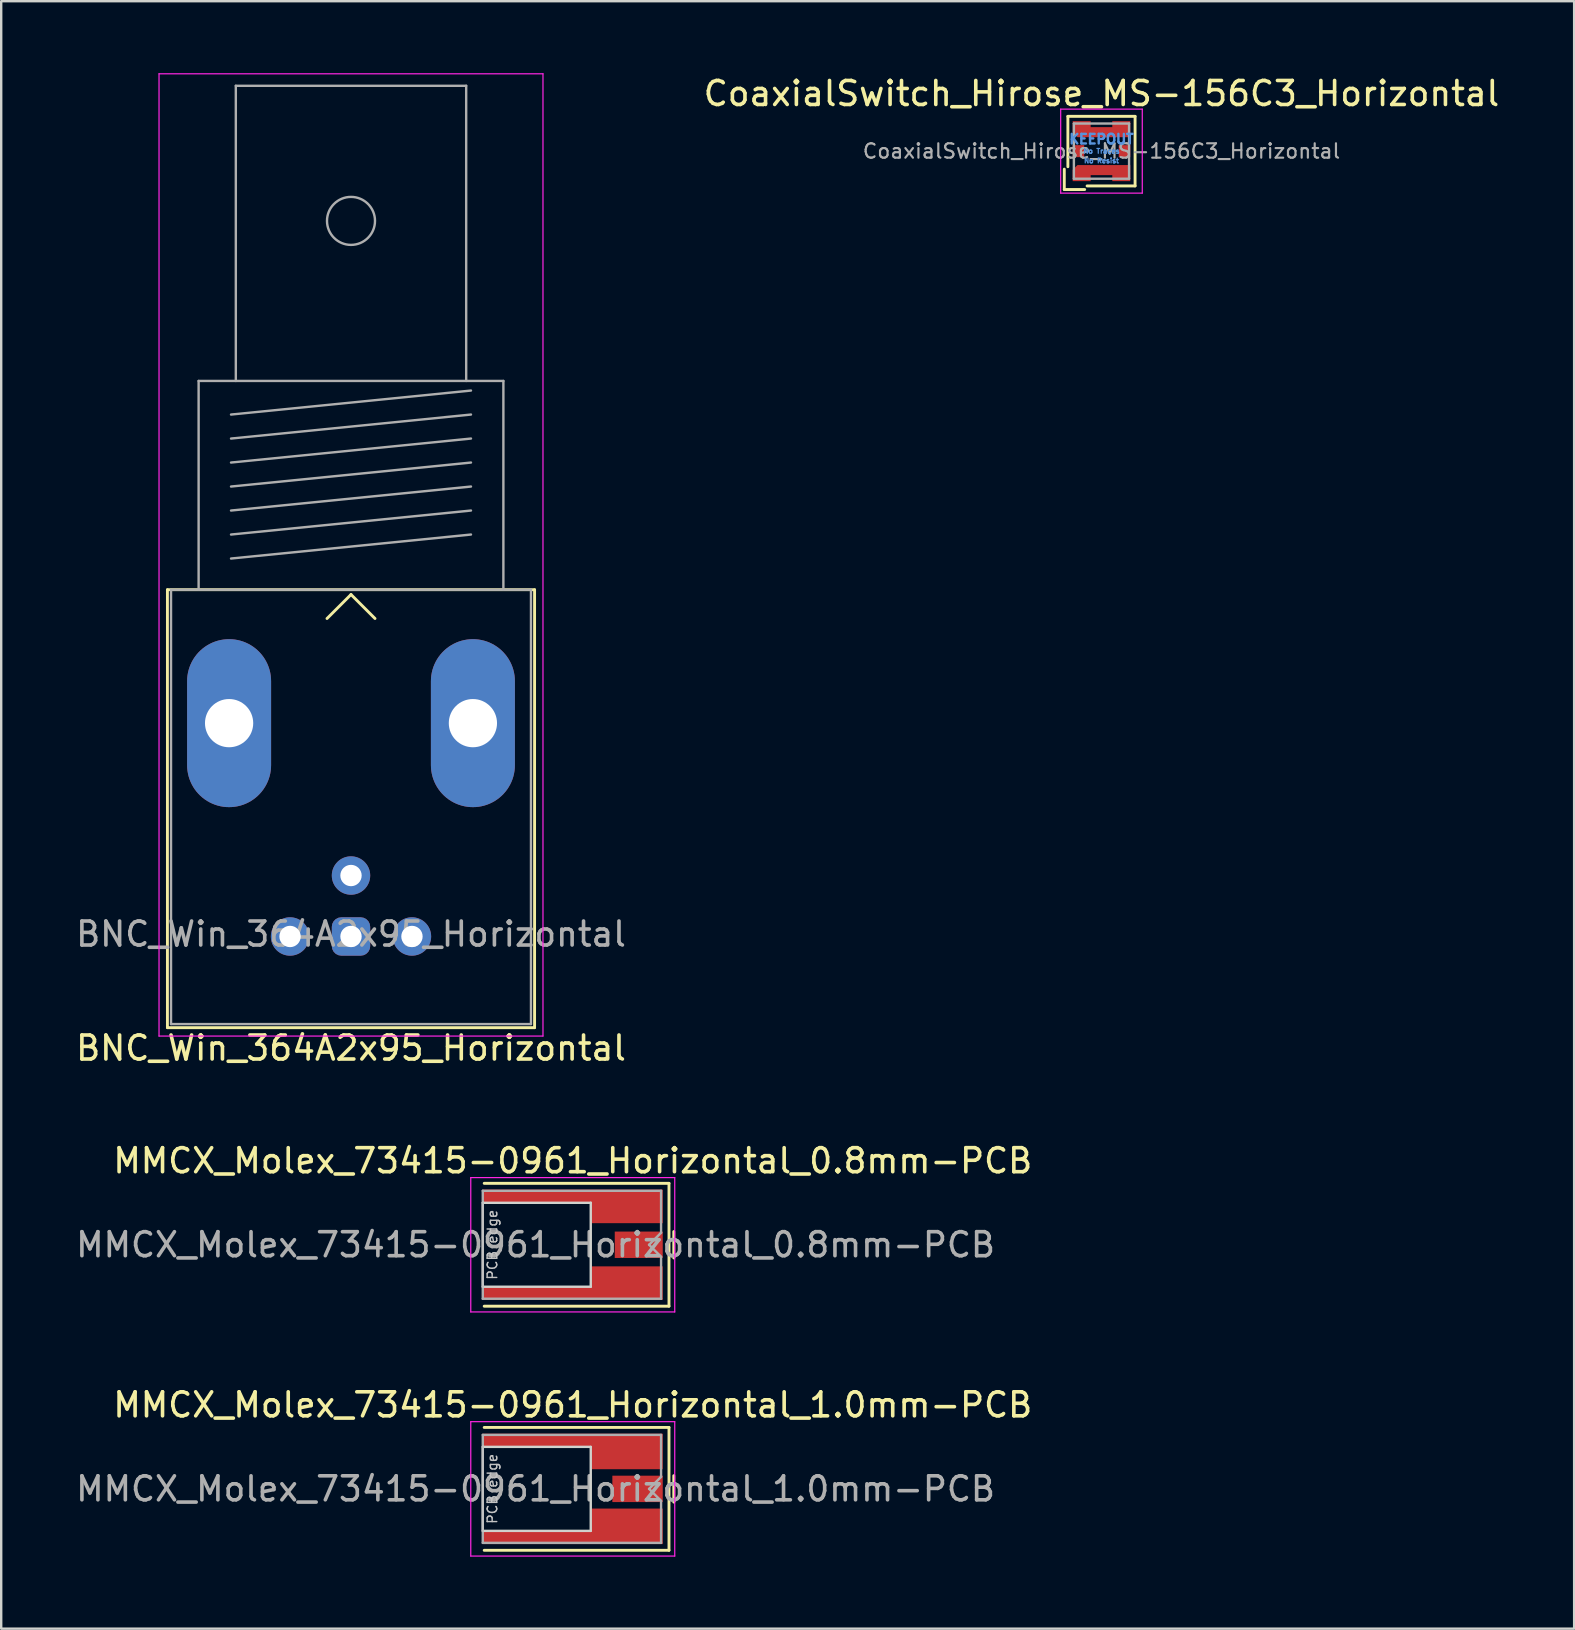
<source format=kicad_pcb>
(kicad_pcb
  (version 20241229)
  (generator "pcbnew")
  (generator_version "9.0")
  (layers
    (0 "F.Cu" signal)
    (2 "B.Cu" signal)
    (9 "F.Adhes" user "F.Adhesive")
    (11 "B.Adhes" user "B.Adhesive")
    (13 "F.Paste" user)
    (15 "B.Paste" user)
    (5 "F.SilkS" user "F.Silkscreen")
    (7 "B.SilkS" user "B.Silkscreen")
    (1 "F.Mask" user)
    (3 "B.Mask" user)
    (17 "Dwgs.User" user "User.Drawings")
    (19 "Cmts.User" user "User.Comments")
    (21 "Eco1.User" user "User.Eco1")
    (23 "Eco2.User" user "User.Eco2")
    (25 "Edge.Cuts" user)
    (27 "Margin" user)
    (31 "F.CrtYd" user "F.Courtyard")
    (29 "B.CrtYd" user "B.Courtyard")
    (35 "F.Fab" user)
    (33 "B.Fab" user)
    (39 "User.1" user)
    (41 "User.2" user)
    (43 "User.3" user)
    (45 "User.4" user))
  (footprint "MMCX_Molex_73415-0961_Horizontal_0.8mm-PCB"
    (layer "F.Cu")
    (at 20.818 48.822)
    (property "Reference" "MMCX_Molex_73415-0961_Horizontal_0.8mm-PCB" (at 0 -3.5 0) (layer "F.SilkS") (effects (font (size 1 1) (thickness 0.15))))
    (attr smd)
    (fp_line (start -3.69 -2.56) (end 4.01 -2.56) (stroke (width 0.12) (type solid)) (layer "F.SilkS"))
    (fp_line (start -3.69 2.56) (end 4.01 2.56) (stroke (width 0.12) (type solid)) (layer "F.SilkS"))
    (fp_line (start 4.01 2.56) (end 4.01 -2.56) (stroke (width 0.12) (type solid)) (layer "F.SilkS"))
    (fp_line (start 4.21 -0.55) (end 4.21 0.55) (stroke (width 0.12) (type solid)) (layer "F.SilkS"))
    (fp_line (start -3.75 1.75) (end -3.75 -1.75) (stroke (width 0.1) (type solid)) (layer "Dwgs.User"))
    (fp_line (start -3.75 1.75) (end 0.75 1.75) (stroke (width 0.1) (type solid)) (layer "Edge.Cuts"))
    (fp_line (start 0.75 -1.75) (end -3.75 -1.75) (stroke (width 0.1) (type solid)) (layer "Edge.Cuts"))
    (fp_line (start 0.75 1.75) (end 0.75 -1.75) (stroke (width 0.1) (type solid)) (layer "Edge.Cuts"))
    (fp_line (start -4.25 -2.8) (end -4.25 2.8) (stroke (width 0.05) (type solid)) (layer "F.CrtYd"))
    (fp_line (start -4.25 -2.8) (end 4.25 -2.8) (stroke (width 0.05) (type solid)) (layer "F.CrtYd"))
    (fp_line (start -4.25 2.8) (end 4.25 2.8) (stroke (width 0.05) (type solid)) (layer "F.CrtYd"))
    (fp_line (start 4.25 -2.8) (end 4.25 2.8) (stroke (width 0.05) (type solid)) (layer "F.CrtYd"))
    (fp_line (start -3.75 -2.25) (end -3.75 2.25) (stroke (width 0.1) (type solid)) (layer "F.Fab"))
    (fp_line (start -3.75 -2.25) (end 3.68 -2.25) (stroke (width 0.1) (type solid)) (layer "F.Fab"))
    (fp_line (start -3.75 2.25) (end 3.68 2.25) (stroke (width 0.1) (type solid)) (layer "F.Fab"))
    (fp_line (start 3.18 0) (end 3.68 -0.5) (stroke (width 0.1) (type solid)) (layer "F.Fab"))
    (fp_line (start 3.18 0) (end 3.68 0.5) (stroke (width 0.1) (type solid)) (layer "F.Fab"))
    (fp_line (start 3.68 -0.5) (end 3.68 -2.25) (stroke (width 0.1) (type solid)) (layer "F.Fab"))
    (fp_line (start 3.68 2.25) (end 3.68 0.5) (stroke (width 0.1) (type solid)) (layer "F.Fab"))
    (fp_text user "PCB edge" (at -3.35 0 90) (layer "Dwgs.User") (effects (font (size 0.4 0.4) (thickness 0.06))))
    (fp_text user "${REFERENCE}" (at -1.55 0 0) (layer "F.Fab") (effects (font (size 1 1) (thickness 0.15))))
    (pad "1" smd rect (at 2.75 0) (size 2 1.1) (layers "F.Cu" "F.Mask" "F.Paste"))
    (pad "2" smd custom (at 2.25 -1.6) (size 3 1.4) (layers "F.Cu" "F.Mask" "F.Paste") (options (anchor rect)) (primitives (gr_poly (pts (xy -1.5 -0.15) (xy -6 -0.15) (xy -6 -0.7) (xy -1.5 -0.7)) (width 0) (fill yes))))
    (pad "2" smd custom (at 2.25 1.6) (size 3 1.4) (layers "F.Cu" "F.Mask" "F.Paste") (options (anchor rect)) (primitives (gr_poly (pts (xy -1.5 0.7) (xy -6 0.7) (xy -6 0.15) (xy -1.5 0.15)) (width 0) (fill yes)))))
  (footprint "MMCX_Molex_73415-0961_Horizontal_1.0mm-PCB"
    (layer "F.Cu")
    (at 20.818 58.995)
    (property "Reference" "MMCX_Molex_73415-0961_Horizontal_1.0mm-PCB" (at 0 -3.5 0) (layer "F.SilkS") (effects (font (size 1 1) (thickness 0.15))))
    (attr smd)
    (fp_line (start -3.69 -2.56) (end 4.01 -2.56) (stroke (width 0.12) (type solid)) (layer "F.SilkS"))
    (fp_line (start -3.69 2.56) (end 4.01 2.56) (stroke (width 0.12) (type solid)) (layer "F.SilkS"))
    (fp_line (start 4.01 2.56) (end 4.01 -2.56) (stroke (width 0.12) (type solid)) (layer "F.SilkS"))
    (fp_line (start 4.21 -0.55) (end 4.21 0.55) (stroke (width 0.12) (type solid)) (layer "F.SilkS"))
    (fp_line (start -3.75 1.75) (end -3.75 -1.75) (stroke (width 0.1) (type solid)) (layer "Dwgs.User"))
    (fp_line (start -3.75 1.75) (end 0.75 1.75) (stroke (width 0.1) (type solid)) (layer "Edge.Cuts"))
    (fp_line (start 0.75 -1.75) (end -3.75 -1.75) (stroke (width 0.1) (type solid)) (layer "Edge.Cuts"))
    (fp_line (start 0.75 1.75) (end 0.75 -1.75) (stroke (width 0.1) (type solid)) (layer "Edge.Cuts"))
    (fp_line (start -4.25 -2.8) (end -4.25 2.8) (stroke (width 0.05) (type solid)) (layer "F.CrtYd"))
    (fp_line (start -4.25 -2.8) (end 4.25 -2.8) (stroke (width 0.05) (type solid)) (layer "F.CrtYd"))
    (fp_line (start -4.25 2.8) (end 4.25 2.8) (stroke (width 0.05) (type solid)) (layer "F.CrtYd"))
    (fp_line (start 4.25 -2.8) (end 4.25 2.8) (stroke (width 0.05) (type solid)) (layer "F.CrtYd"))
    (fp_line (start -3.75 -2.25) (end -3.75 2.25) (stroke (width 0.1) (type solid)) (layer "F.Fab"))
    (fp_line (start -3.75 -2.25) (end 3.68 -2.25) (stroke (width 0.1) (type solid)) (layer "F.Fab"))
    (fp_line (start -3.75 2.25) (end 3.68 2.25) (stroke (width 0.1) (type solid)) (layer "F.Fab"))
    (fp_line (start 3.18 0) (end 3.68 -0.5) (stroke (width 0.1) (type solid)) (layer "F.Fab"))
    (fp_line (start 3.18 0) (end 3.68 0.5) (stroke (width 0.1) (type solid)) (layer "F.Fab"))
    (fp_line (start 3.68 -0.5) (end 3.68 -2.25) (stroke (width 0.1) (type solid)) (layer "F.Fab"))
    (fp_line (start 3.68 2.25) (end 3.68 0.5) (stroke (width 0.1) (type solid)) (layer "F.Fab"))
    (fp_text user "PCB edge" (at -3.35 0 90) (layer "Dwgs.User") (effects (font (size 0.4 0.4) (thickness 0.06))))
    (fp_text user "${REFERENCE}" (at -1.55 0 0) (layer "F.Fab") (effects (font (size 1 1) (thickness 0.15))))
    (pad "1" smd rect (at 2.7 0) (size 2.1 1.1) (layers "F.Cu" "F.Mask" "F.Paste"))
    (pad "2" smd custom (at 2.25 -1.56) (size 3 1.48) (layers "F.Cu" "F.Mask" "F.Paste") (options (anchor rect)) (primitives (gr_poly (pts (xy -1.5 -0.19) (xy -6 -0.19) (xy -6 -0.74) (xy -1.5 -0.74)) (width 0) (fill yes))))
    (pad "2" smd custom (at 2.25 1.56) (size 3 1.48) (layers "F.Cu" "F.Mask" "F.Paste") (options (anchor rect)) (primitives (gr_poly (pts (xy -1.5 0.74) (xy -6 0.74) (xy -6 0.19) (xy -1.5 0.19)) (width 0) (fill yes)))))
  (footprint "CoaxialSwitch_Hirose_MS-156C3_Horizontal"
    (layer "F.Cu")
    (at 42.851 3.248)
    (property "Reference" "CoaxialSwitch_Hirose_MS-156C3_Horizontal" (at 0 -2.4 180) (layer "F.SilkS") (effects (font (size 1 1) (thickness 0.15))))
    (attr smd)
    (fp_rect (start -1.15 -0.725) (end 1.15 0.725) (stroke (width 0.12) (type solid)) (fill yes) (layer "F.Mask"))
    (fp_line (start -1.55 0.75) (end -1.55 1.6) (stroke (width 0.12) (type solid)) (layer "F.SilkS"))
    (fp_line (start -1.55 1.6) (end -0.7 1.6) (stroke (width 0.12) (type solid)) (layer "F.SilkS"))
    (fp_line (start -1.4 -1.45) (end -1.4 0.65) (stroke (width 0.12) (type solid)) (layer "F.SilkS"))
    (fp_line (start -1.4 -1.45) (end 1.4 -1.45) (stroke (width 0.12) (type solid)) (layer "F.SilkS"))
    (fp_line (start 1.4 -1.45) (end 1.4 1.45) (stroke (width 0.12) (type solid)) (layer "F.SilkS"))
    (fp_line (start 1.4 1.45) (end -0.6 1.45) (stroke (width 0.12) (type solid)) (layer "F.SilkS"))
    (fp_line (start -1.7 -1.75) (end 1.7 -1.75) (stroke (width 0.05) (type solid)) (layer "F.CrtYd"))
    (fp_line (start -1.7 1.75) (end -1.7 -1.75) (stroke (width 0.05) (type solid)) (layer "F.CrtYd"))
    (fp_line (start 1.7 -1.75) (end 1.7 1.75) (stroke (width 0.05) (type solid)) (layer "F.CrtYd"))
    (fp_line (start 1.7 1.75) (end -1.7 1.75) (stroke (width 0.05) (type solid)) (layer "F.CrtYd"))
    (fp_line (start -1.15 -1.15) (end 1.15 -1.15) (stroke (width 0.1) (type solid)) (layer "F.Fab"))
    (fp_line (start -1.15 1.15) (end -1.15 -1.15) (stroke (width 0.1) (type solid)) (layer "F.Fab"))
    (fp_line (start 1.15 -1.15) (end 1.15 1.15) (stroke (width 0.1) (type solid)) (layer "F.Fab"))
    (fp_line (start 1.15 1.15) (end -1.15 1.15) (stroke (width 0.1) (type solid)) (layer "F.Fab"))
    (fp_text user "No Resist" (at 0 0.4 0) (layer "Cmts.User") (effects (font (size 0.2 0.2) (thickness 0.05))))
    (fp_text user "No Traces" (at 0 0 0) (layer "Cmts.User") (effects (font (size 0.2 0.2) (thickness 0.05))))
    (fp_text user "KEEPOUT" (at 0 -0.5 0) (layer "Cmts.User") (effects (font (size 0.4 0.4) (thickness 0.1))))
    (fp_text user "${REFERENCE}" (at 0 0 0) (layer "F.Fab") (effects (font (size 0.6 0.6) (thickness 0.09))))
    (pad "" smd rect (at -1 0 180) (size 0.3 0.4) (layers "F.Paste"))
    (pad "" smd rect (at -0.7 -1 180) (size 0.4 0.4) (layers "F.Paste"))
    (pad "" smd rect (at -0.7 1 180) (size 0.4 0.4) (layers "F.Paste"))
    (pad "" smd rect (at 0 -0.8 180) (size 0.5 0.3) (layers "F.Paste"))
    (pad "" smd rect (at 0 0.8 180) (size 0.5 0.3) (layers "F.Paste"))
    (pad "" smd rect (at 0.7 -1 180) (size 0.4 0.4) (layers "F.Paste"))
    (pad "" smd rect (at 0.7 1 180) (size 0.4 0.4) (layers "F.Paste"))
    (pad "" smd rect (at 1 0 180) (size 0.3 0.4) (layers "F.Paste"))
    (pad "A" smd rect (at 0.96 0) (size 0.48 0.5) (layers "F.Cu" "F.Mask"))
    (pad "C" smd rect (at -0.96 0) (size 0.48 0.5) (layers "F.Cu" "F.Mask"))
    (pad "G" smd custom (at 0 -0.815) (size 0.35 0.35) (layers "F.Cu" "F.Mask") (options (anchor rect)) (primitives (gr_poly (pts (xy -0.45 -0.185) (xy 0.45 -0.185) (xy 0.45 -0.435) (xy 1.2 -0.435) (xy 1.2 0.235) (xy -1 0.235) (xy -1.2 0.035) (xy -1.2 -0.435) (xy -0.45 -0.435)) (width 0) (fill yes))))
    (pad "G" smd custom (at 0 0.815 180) (size 0.35 0.35) (layers "F.Cu" "F.Mask") (options (anchor rect)) (primitives (gr_poly (pts (xy -0.45 -0.185) (xy 0.45 -0.185) (xy 0.45 -0.435) (xy 1.2 -0.435) (xy 1.2 0.035) (xy 1 0.235) (xy -1.2 0.235) (xy -1.2 -0.435) (xy -0.45 -0.435)) (width 0) (fill yes))))
    (zone (net_name "") (layer "F.Cu") (hatch full 0.508) (connect_pads) (min_thickness 0.254) (filled_areas_thickness no) (keepout (tracks not_allowed) (vias not_allowed) (pads not_allowed) (copperpour allowed) (footprints allowed)) (placement (enabled no)) (fill) (polygon (pts (xy 41.851 2.668) (xy 44.051 2.668) (xy 44.051 2.998) (xy 43.571 2.998) (xy 43.571 3.248) (xy 42.131 3.248) (xy 42.131 2.998) (xy 41.651 2.998) (xy 41.651 2.468))))
    (zone (net_name "") (layer "F.Cu") (hatch full 0.508) (connect_pads) (min_thickness 0.254) (filled_areas_thickness no) (keepout (tracks not_allowed) (vias not_allowed) (pads not_allowed) (copperpour allowed) (footprints allowed)) (placement (enabled no)) (fill) (polygon (pts (xy 41.851 3.828) (xy 44.051 3.828) (xy 44.051 3.498) (xy 43.571 3.498) (xy 43.571 3.248) (xy 42.131 3.248) (xy 42.131 3.498) (xy 41.651 3.498) (xy 41.651 4.028)))))
  (footprint "BNC_Win_364A2x95_Horizontal"
    (layer "F.Cu")
    (at 11.577 35.975)
    (property "Reference" "BNC_Win_364A2x95_Horizontal" (at 0 4.65 0) (layer "F.SilkS") (effects (font (size 1 1) (thickness 0.15))))
    (attr through_hole)
    (fp_line (start -7.65 -14.45) (end 7.65 -14.45) (stroke (width 0.12) (type solid)) (layer "F.SilkS"))
    (fp_line (start -7.65 3.8) (end -7.65 -14.45) (stroke (width 0.12) (type solid)) (layer "F.SilkS"))
    (fp_line (start 0 -14.25) (end -1 -13.25) (stroke (width 0.12) (type solid)) (layer "F.SilkS"))
    (fp_line (start 0 -14.25) (end 1 -13.25) (stroke (width 0.12) (type solid)) (layer "F.SilkS"))
    (fp_line (start 7.65 -14.45) (end 7.65 3.8) (stroke (width 0.12) (type solid)) (layer "F.SilkS"))
    (fp_line (start 7.65 3.8) (end -7.65 3.8) (stroke (width 0.12) (type solid)) (layer "F.SilkS"))
    (fp_line (start -8 4.15) (end -8 -35.95) (stroke (width 0.05) (type solid)) (layer "F.CrtYd"))
    (fp_line (start -8 4.15) (end 8 4.15) (stroke (width 0.05) (type solid)) (layer "F.CrtYd"))
    (fp_line (start 8 -35.95) (end -8 -35.95) (stroke (width 0.05) (type solid)) (layer "F.CrtYd"))
    (fp_line (start 8 4.15) (end 8 -35.95) (stroke (width 0.05) (type solid)) (layer "F.CrtYd"))
    (fp_line (start -7.5 -14.45) (end -7.5 3.65) (stroke (width 0.1) (type solid)) (layer "F.Fab"))
    (fp_line (start -7.5 3.65) (end 7.5 3.65) (stroke (width 0.1) (type solid)) (layer "F.Fab"))
    (fp_line (start -6.35 -23.15) (end -6.35 -14.45) (stroke (width 0.1) (type solid)) (layer "F.Fab"))
    (fp_line (start -5 -21.75) (end 5 -22.75) (stroke (width 0.1) (type solid)) (layer "F.Fab"))
    (fp_line (start -5 -20.75) (end 5 -21.75) (stroke (width 0.1) (type solid)) (layer "F.Fab"))
    (fp_line (start -5 -19.75) (end 5 -20.75) (stroke (width 0.1) (type solid)) (layer "F.Fab"))
    (fp_line (start -5 -18.75) (end 5 -19.75) (stroke (width 0.1) (type solid)) (layer "F.Fab"))
    (fp_line (start -5 -17.75) (end 5 -18.75) (stroke (width 0.1) (type solid)) (layer "F.Fab"))
    (fp_line (start -5 -16.75) (end 5 -17.75) (stroke (width 0.1) (type solid)) (layer "F.Fab"))
    (fp_line (start -5 -15.75) (end 5 -16.75) (stroke (width 0.1) (type solid)) (layer "F.Fab"))
    (fp_line (start -4.8 -35.45) (end -4.8 -23.15) (stroke (width 0.1) (type solid)) (layer "F.Fab"))
    (fp_line (start 4.8 -35.45) (end -4.8 -35.45) (stroke (width 0.1) (type solid)) (layer "F.Fab"))
    (fp_line (start 4.8 -23.15) (end 4.8 -35.45) (stroke (width 0.1) (type solid)) (layer "F.Fab"))
    (fp_line (start 6.35 -23.15) (end -6.35 -23.15) (stroke (width 0.1) (type solid)) (layer "F.Fab"))
    (fp_line (start 6.35 -14.45) (end 6.35 -23.15) (stroke (width 0.1) (type solid)) (layer "F.Fab"))
    (fp_line (start 7.5 -14.45) (end -7.5 -14.45) (stroke (width 0.1) (type solid)) (layer "F.Fab"))
    (fp_line (start 7.5 3.65) (end 7.5 -14.45) (stroke (width 0.1) (type solid)) (layer "F.Fab"))
    (fp_circle (center 0 -29.82) (end 1 -29.82) (stroke (width 0.1) (type solid)) (fill no) (layer "F.Fab"))
    (fp_text user "${REFERENCE}" (at 0 -0.1 0) (layer "F.Fab") (effects (font (size 1 1) (thickness 0.15))))
    (pad "1" thru_hole roundrect (at 0 0) (size 1.6 1.6) (drill 0.89) (layers "*.Cu" "*.Mask") (roundrect_rratio 0.25))
    (pad "2" thru_hole circle (at 0 -2.54) (size 1.6 1.6) (drill 0.89) (layers "*.Cu" "*.Mask"))
    (pad "3" thru_hole oval (at -5.08 -8.89) (size 3.5 7) (drill 2.01) (layers "*.Cu" "*.Mask"))
    (pad "3" thru_hole circle (at -2.54 0) (size 1.6 1.6) (drill 0.89) (layers "*.Cu" "*.Mask"))
    (pad "3" thru_hole circle (at 2.54 0) (size 1.6 1.6) (drill 0.89) (layers "*.Cu" "*.Mask"))
    (pad "3" thru_hole oval (at 5.08 -8.89) (size 3.5 7) (drill 2.01) (layers "*.Cu" "*.Mask")))
  (gr_rect
    (start -3 -3)
    (end 62.548 64.82)
    (stroke (width 0.1) (type default))
    (fill no)
    (layer "Edge.Cuts")))
</source>
